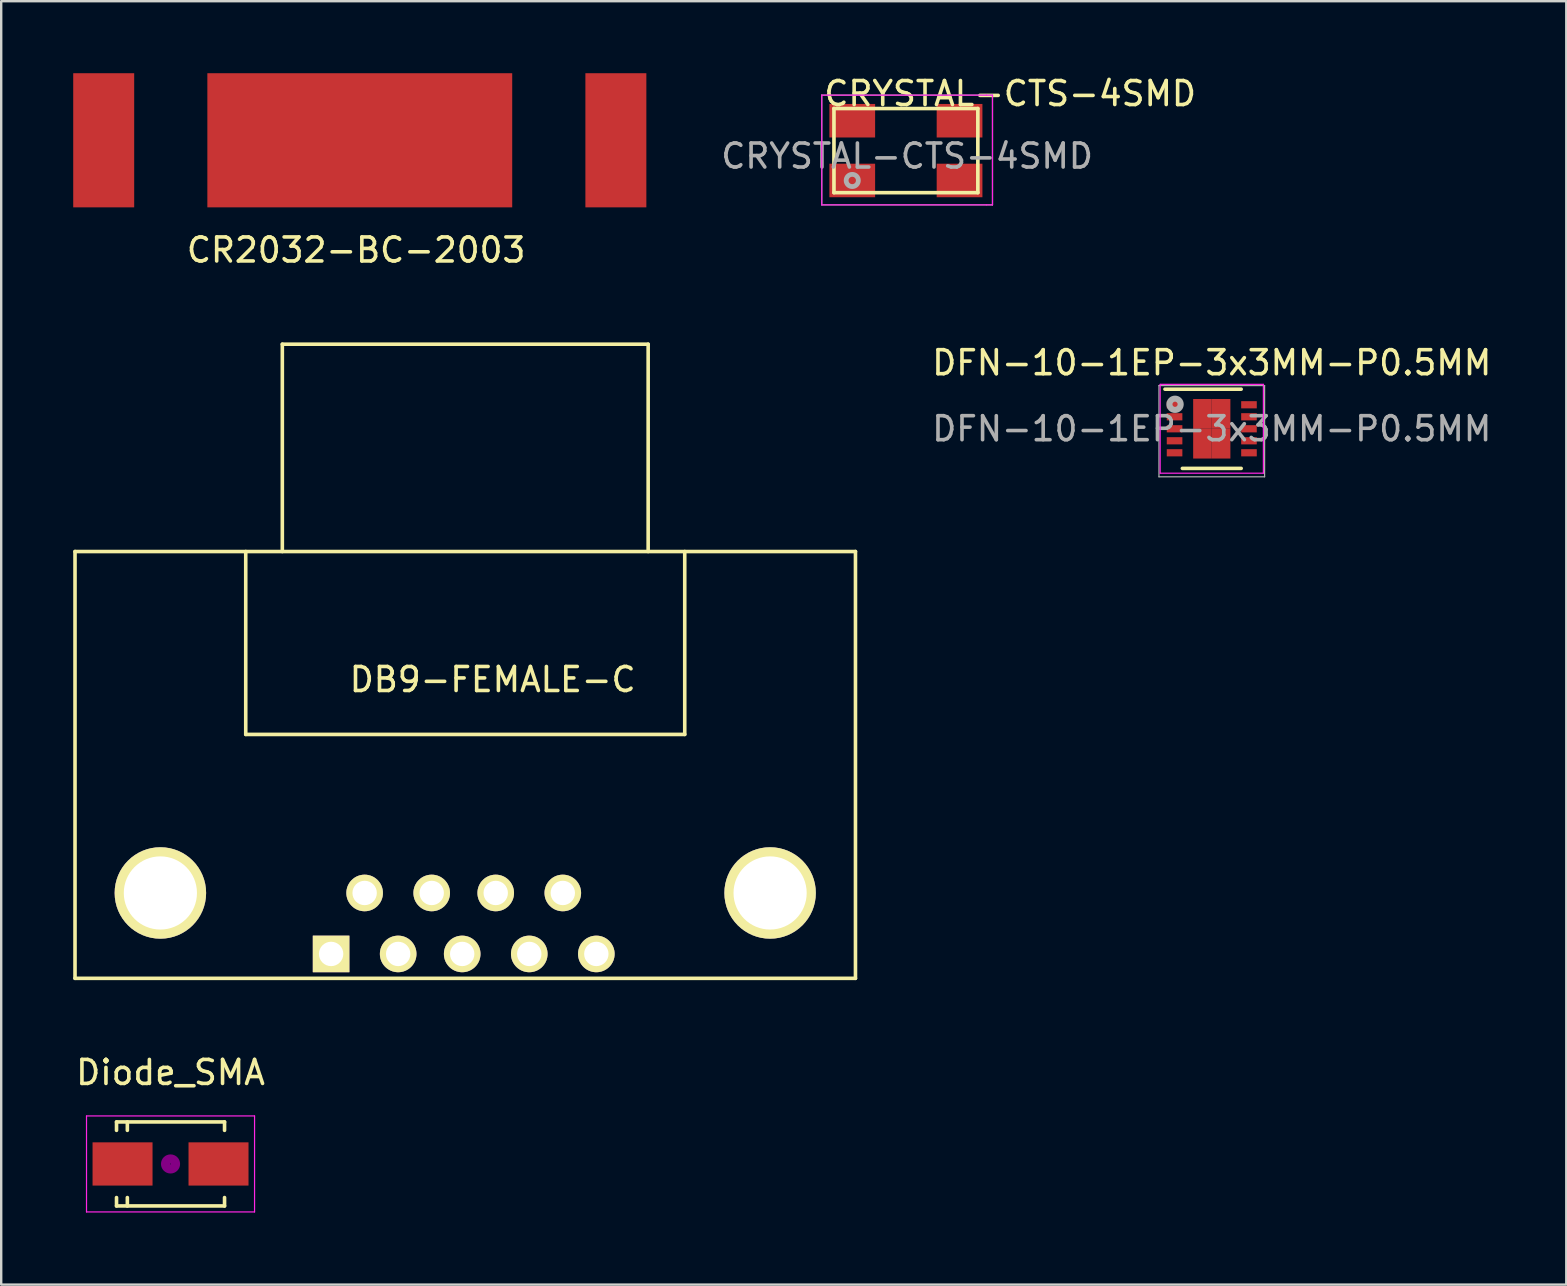
<source format=kicad_pcb>
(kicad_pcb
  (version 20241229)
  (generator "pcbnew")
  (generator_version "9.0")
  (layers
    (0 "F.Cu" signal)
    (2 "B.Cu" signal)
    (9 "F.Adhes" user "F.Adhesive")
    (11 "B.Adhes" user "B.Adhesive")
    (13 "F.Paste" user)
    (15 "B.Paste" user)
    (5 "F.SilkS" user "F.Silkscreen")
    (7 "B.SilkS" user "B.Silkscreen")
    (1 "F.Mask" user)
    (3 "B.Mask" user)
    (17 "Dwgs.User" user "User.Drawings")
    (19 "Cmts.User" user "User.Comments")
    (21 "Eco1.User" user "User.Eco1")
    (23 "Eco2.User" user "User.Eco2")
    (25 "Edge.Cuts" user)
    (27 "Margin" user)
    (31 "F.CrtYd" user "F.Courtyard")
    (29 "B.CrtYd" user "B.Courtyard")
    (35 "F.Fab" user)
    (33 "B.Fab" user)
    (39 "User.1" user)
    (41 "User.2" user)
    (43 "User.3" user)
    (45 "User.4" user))
  (footprint "CRYSTAL-CTS-4SMD"
    (layer "F.Cu")
    (at 34.739 3.452)
    (property "Reference" "CRYSTAL-CTS-4SMD" (at 0 0 0) (layer "F.Fab") (effects (font (size 1 1) (thickness 0.15))))
    (attr through_hole)
    (fp_line (start -3.048 -1.981) (end 2.946 -1.981) (stroke (width 0.152) (type solid)) (layer "F.SilkS"))
    (fp_line (start -3.048 1.524) (end -3.048 -1.981) (stroke (width 0.152) (type solid)) (layer "F.SilkS"))
    (fp_line (start -3.048 1.524) (end 2.946 1.524) (stroke (width 0.152) (type solid)) (layer "F.SilkS"))
    (fp_line (start 2.946 1.524) (end 2.946 -1.981) (stroke (width 0.152) (type solid)) (layer "F.SilkS"))
    (fp_line (start -3.556 -2.54) (end -3.556 2.032) (stroke (width 0.05) (type solid)) (layer "F.CrtYd"))
    (fp_line (start -3.556 2.032) (end 3.302 2.032) (stroke (width 0.05) (type solid)) (layer "F.CrtYd"))
    (fp_line (start 3.302 -2.54) (end -3.556 -2.54) (stroke (width 0.05) (type solid)) (layer "F.CrtYd"))
    (fp_line (start 3.302 -2.54) (end 3.556 -2.54) (stroke (width 0.05) (type solid)) (layer "F.CrtYd"))
    (fp_line (start 3.556 -2.54) (end 3.556 2.032) (stroke (width 0.05) (type solid)) (layer "F.CrtYd"))
    (fp_line (start 3.556 2.032) (end 3.302 2.032) (stroke (width 0.05) (type solid)) (layer "F.CrtYd"))
    (fp_line (start -3.556 -2.54) (end 3.556 -2.54) (stroke (width 0.05) (type solid)) (layer "F.Fab"))
    (fp_line (start -3.556 2.032) (end -3.556 -2.54) (stroke (width 0.05) (type solid)) (layer "F.Fab"))
    (fp_line (start 3.556 -2.54) (end 3.556 2.032) (stroke (width 0.05) (type solid)) (layer "F.Fab"))
    (fp_line (start 3.556 2.032) (end -3.556 2.032) (stroke (width 0.05) (type solid)) (layer "F.Fab"))
    (fp_circle (center -2.286 1.016) (end -2.032 1.016) (stroke (width 0.2) (type solid)) (fill no) (layer "F.Fab"))
    (fp_text user "${REFERENCE}" (at 4.293 -2.603 0) (layer "F.SilkS") (effects (font (size 1 1) (thickness 0.15))))
    (pad "1" smd rect (at -2.286 1.016) (size 1.905 1.397) (layers "F.Cu" "F.Mask" "F.Paste"))
    (pad "2" smd rect (at 2.184 1.016) (size 1.905 1.397) (layers "F.Cu" "F.Mask" "F.Paste"))
    (pad "3" smd rect (at 2.184 -1.473) (size 1.905 1.397) (layers "F.Cu" "F.Mask" "F.Paste"))
    (pad "4" smd rect (at -2.286 -1.473) (size 1.905 1.397) (layers "F.Cu" "F.Mask" "F.Paste")))
  (footprint "CR2032-BC-2003"
    (layer "F.Cu")
    (at 11.938 2.794)
    (property "Reference" "CR2032-BC-2003" (at -0.152 4.572 0) (layer "F.SilkS") (effects (font (size 1 1) (thickness 0.15))))
    (attr through_hole)
    (pad "1" smd rect (at -10.668 0) (size 2.54 5.588) (layers "F.Cu" "F.Mask" "F.Paste"))
    (pad "1" smd rect (at 10.668 0) (size 2.54 5.588) (layers "F.Cu" "F.Mask" "F.Paste"))
    (pad "GND" smd rect (at 0 0) (size 12.7 5.588) (layers "F.Cu" "F.Mask" "F.Paste")))
  (footprint "Diode_SMA"
    (layer "F.Cu")
    (at 4.054 45.438)
    (property "Reference" "Diode_SMA" (at 0 -3.81 0) (layer "F.SilkS") (effects (font (size 1 1) (thickness 0.15))))
    (attr smd)
    (fp_line (start -2.25 -1.75) (end -2.25 -1.4) (stroke (width 0.15) (type solid)) (layer "F.SilkS"))
    (fp_line (start -2.25 -1.75) (end 2.25 -1.75) (stroke (width 0.15) (type solid)) (layer "F.SilkS"))
    (fp_line (start -2.25 1.75) (end -2.25 1.4) (stroke (width 0.15) (type solid)) (layer "F.SilkS"))
    (fp_line (start -2.25 1.75) (end 2.25 1.75) (stroke (width 0.15) (type solid)) (layer "F.SilkS"))
    (fp_line (start -1.799 -1.75) (end -1.799 -1.4) (stroke (width 0.15) (type solid)) (layer "F.SilkS"))
    (fp_line (start -1.799 1.75) (end -1.799 1.4) (stroke (width 0.15) (type solid)) (layer "F.SilkS"))
    (fp_line (start 2.25 -1.75) (end 2.25 -1.4) (stroke (width 0.15) (type solid)) (layer "F.SilkS"))
    (fp_line (start 2.25 1.75) (end 2.25 1.4) (stroke (width 0.15) (type solid)) (layer "F.SilkS"))
    (fp_circle (center 0 0) (end 0.201 -0.051) (stroke (width 0.381) (type solid)) (fill no) (layer "F.Adhes"))
    (fp_line (start -3.5 -2) (end 3.5 -2) (stroke (width 0.05) (type solid)) (layer "F.CrtYd"))
    (fp_line (start -3.5 2) (end -3.5 -2) (stroke (width 0.05) (type solid)) (layer "F.CrtYd"))
    (fp_line (start 3.5 -2) (end 3.5 2) (stroke (width 0.05) (type solid)) (layer "F.CrtYd"))
    (fp_line (start 3.5 2) (end -3.5 2) (stroke (width 0.05) (type solid)) (layer "F.CrtYd"))
    (pad "1" smd rect (at -1.999 0) (size 2.499 1.801) (layers "F.Cu" "F.Mask" "F.Paste"))
    (pad "2" smd rect (at 1.999 0) (size 2.499 1.801) (layers "F.Cu" "F.Mask" "F.Paste")))
  (footprint "DFN-10-1EP-3x3MM-P0.5MM"
    (layer "F.Cu")
    (at 47.43 14.812)
    (property "Reference" "DFN-10-1EP-3x3MM-P0.5MM" (at 0 0 0) (layer "F.Fab") (effects (font (size 1 1) (thickness 0.15))))
    (attr smd)
    (fp_line (start -1.95 -1.65) (end 1.225 -1.65) (stroke (width 0.15) (type solid)) (layer "F.SilkS"))
    (fp_line (start -1.225 1.65) (end 1.225 1.65) (stroke (width 0.15) (type solid)) (layer "F.SilkS"))
    (fp_line (start -2.15 -1.85) (end -2.15 1.85) (stroke (width 0.05) (type solid)) (layer "F.CrtYd"))
    (fp_line (start -2.15 -1.85) (end 2.15 -1.85) (stroke (width 0.05) (type solid)) (layer "F.CrtYd"))
    (fp_line (start -2.15 1.85) (end 2.15 1.85) (stroke (width 0.05) (type solid)) (layer "F.CrtYd"))
    (fp_line (start 2.15 -1.85) (end 2.15 1.85) (stroke (width 0.05) (type solid)) (layer "F.CrtYd"))
    (fp_line (start -2.2 -1.8) (end 2.2 -1.8) (stroke (width 0.051) (type solid)) (layer "F.Fab"))
    (fp_line (start -2.2 2) (end -2.2 -1.8) (stroke (width 0.051) (type solid)) (layer "F.Fab"))
    (fp_line (start 2.2 -1.8) (end 2.2 2) (stroke (width 0.051) (type solid)) (layer "F.Fab"))
    (fp_line (start 2.2 2) (end -2.2 2) (stroke (width 0.051) (type solid)) (layer "F.Fab"))
    (fp_circle (center -1.53 -1.02) (end -1.49 -0.92) (stroke (width 0.254) (type solid)) (fill no) (layer "F.Fab"))
    (fp_text user "${REFERENCE}" (at 0 -2.75 0) (layer "F.SilkS") (effects (font (size 1 1) (thickness 0.15))))
    (pad "1" smd rect (at -1.55 -1) (size 0.65 0.3) (layers "F.Cu" "F.Mask" "F.Paste"))
    (pad "2" smd rect (at -1.55 -0.5) (size 0.65 0.3) (layers "F.Cu" "F.Mask" "F.Paste"))
    (pad "3" smd rect (at -1.55 0) (size 0.65 0.3) (layers "F.Cu" "F.Mask" "F.Paste"))
    (pad "4" smd rect (at -1.55 0.5) (size 0.65 0.3) (layers "F.Cu" "F.Mask" "F.Paste"))
    (pad "5" smd rect (at -1.55 1) (size 0.65 0.3) (layers "F.Cu" "F.Mask" "F.Paste"))
    (pad "6" smd rect (at 1.55 1) (size 0.65 0.3) (layers "F.Cu" "F.Mask" "F.Paste"))
    (pad "7" smd rect (at 1.55 0.5) (size 0.65 0.3) (layers "F.Cu" "F.Mask" "F.Paste"))
    (pad "8" smd rect (at 1.55 0) (size 0.65 0.3) (layers "F.Cu" "F.Mask" "F.Paste"))
    (pad "9" smd rect (at 1.55 -0.5) (size 0.65 0.3) (layers "F.Cu" "F.Mask" "F.Paste"))
    (pad "10" smd rect (at 1.55 -1) (size 0.65 0.3) (layers "F.Cu" "F.Mask" "F.Paste"))
    (pad "11" smd rect (at -0.388 -0.62) (size 0.775 1.24) (layers "F.Cu" "F.Mask" "F.Paste"))
    (pad "11" smd rect (at -0.388 0.62) (size 0.775 1.24) (layers "F.Cu" "F.Mask" "F.Paste"))
    (pad "11" smd rect (at 0.388 -0.62) (size 0.775 1.24) (layers "F.Cu" "F.Mask" "F.Paste"))
    (pad "11" smd rect (at 0.388 0.62) (size 0.775 1.24) (layers "F.Cu" "F.Mask" "F.Paste")))
  (footprint "DB9-FEMALE-C"
    (layer "F.Cu")
    (at 16.204 35.419)
    (property "Reference" "DB9-FEMALE-C" (at 1.27 -10.16 0) (layer "F.SilkS") (effects (font (size 1 1) (thickness 0.15))))
    (attr through_hole)
    (fp_line (start -16.129 -15.494) (end -16.129 2.286) (stroke (width 0.15) (type solid)) (layer "F.SilkS"))
    (fp_line (start -16.129 2.286) (end 16.383 2.286) (stroke (width 0.15) (type solid)) (layer "F.SilkS"))
    (fp_line (start -9.017 -15.494) (end -9.017 -7.874) (stroke (width 0.15) (type solid)) (layer "F.SilkS"))
    (fp_line (start -9.017 -7.874) (end 9.271 -7.874) (stroke (width 0.15) (type solid)) (layer "F.SilkS"))
    (fp_line (start -7.493 -24.13) (end 7.747 -24.13) (stroke (width 0.15) (type solid)) (layer "F.SilkS"))
    (fp_line (start -7.493 -15.494) (end -7.493 -24.13) (stroke (width 0.15) (type solid)) (layer "F.SilkS"))
    (fp_line (start 7.747 -24.13) (end 7.747 -15.494) (stroke (width 0.15) (type solid)) (layer "F.SilkS"))
    (fp_line (start 9.271 -7.874) (end 9.271 -15.494) (stroke (width 0.15) (type solid)) (layer "F.SilkS"))
    (fp_line (start 16.383 -15.494) (end -16.129 -15.494) (stroke (width 0.15) (type solid)) (layer "F.SilkS"))
    (fp_line (start 16.383 2.286) (end 16.383 -15.494) (stroke (width 0.15) (type solid)) (layer "F.SilkS"))
    (pad "" thru_hole circle (at -12.573 -1.27) (size 3.81 3.81) (drill 3.048) (layers "*.Cu" "*.Mask" "F.SilkS"))
    (pad "" thru_hole circle (at 12.827 -1.27) (size 3.81 3.81) (drill 3.048) (layers "*.Cu" "*.Mask" "F.SilkS"))
    (pad "1" thru_hole rect (at -5.461 1.27) (size 1.524 1.524) (drill 1.016) (layers "*.Cu" "*.Mask" "F.SilkS"))
    (pad "2" thru_hole circle (at -2.667 1.27) (size 1.524 1.524) (drill 1.016) (layers "*.Cu" "*.Mask" "F.SilkS"))
    (pad "3" thru_hole circle (at 0 1.27) (size 1.524 1.524) (drill 1.016) (layers "*.Cu" "*.Mask" "F.SilkS"))
    (pad "4" thru_hole circle (at 2.794 1.27) (size 1.524 1.524) (drill 1.016) (layers "*.Cu" "*.Mask" "F.SilkS"))
    (pad "5" thru_hole circle (at 5.588 1.27) (size 1.524 1.524) (drill 1.016) (layers "*.Cu" "*.Mask" "F.SilkS"))
    (pad "6" thru_hole circle (at -4.064 -1.27) (size 1.524 1.524) (drill 1.016) (layers "*.Cu" "*.Mask" "F.SilkS"))
    (pad "7" thru_hole circle (at -1.27 -1.27) (size 1.524 1.524) (drill 1.016) (layers "*.Cu" "*.Mask" "F.SilkS"))
    (pad "8" thru_hole circle (at 1.397 -1.27) (size 1.524 1.524) (drill 1.016) (layers "*.Cu" "*.Mask" "F.SilkS"))
    (pad "9" thru_hole circle (at 4.191 -1.27) (size 1.524 1.524) (drill 1.016) (layers "*.Cu" "*.Mask" "F.SilkS")))
  (gr_rect
    (start -3 -3)
    (end 62.198 50.464)
    (stroke (width 0.1) (type default))
    (fill no)
    (layer "Edge.Cuts")))
</source>
